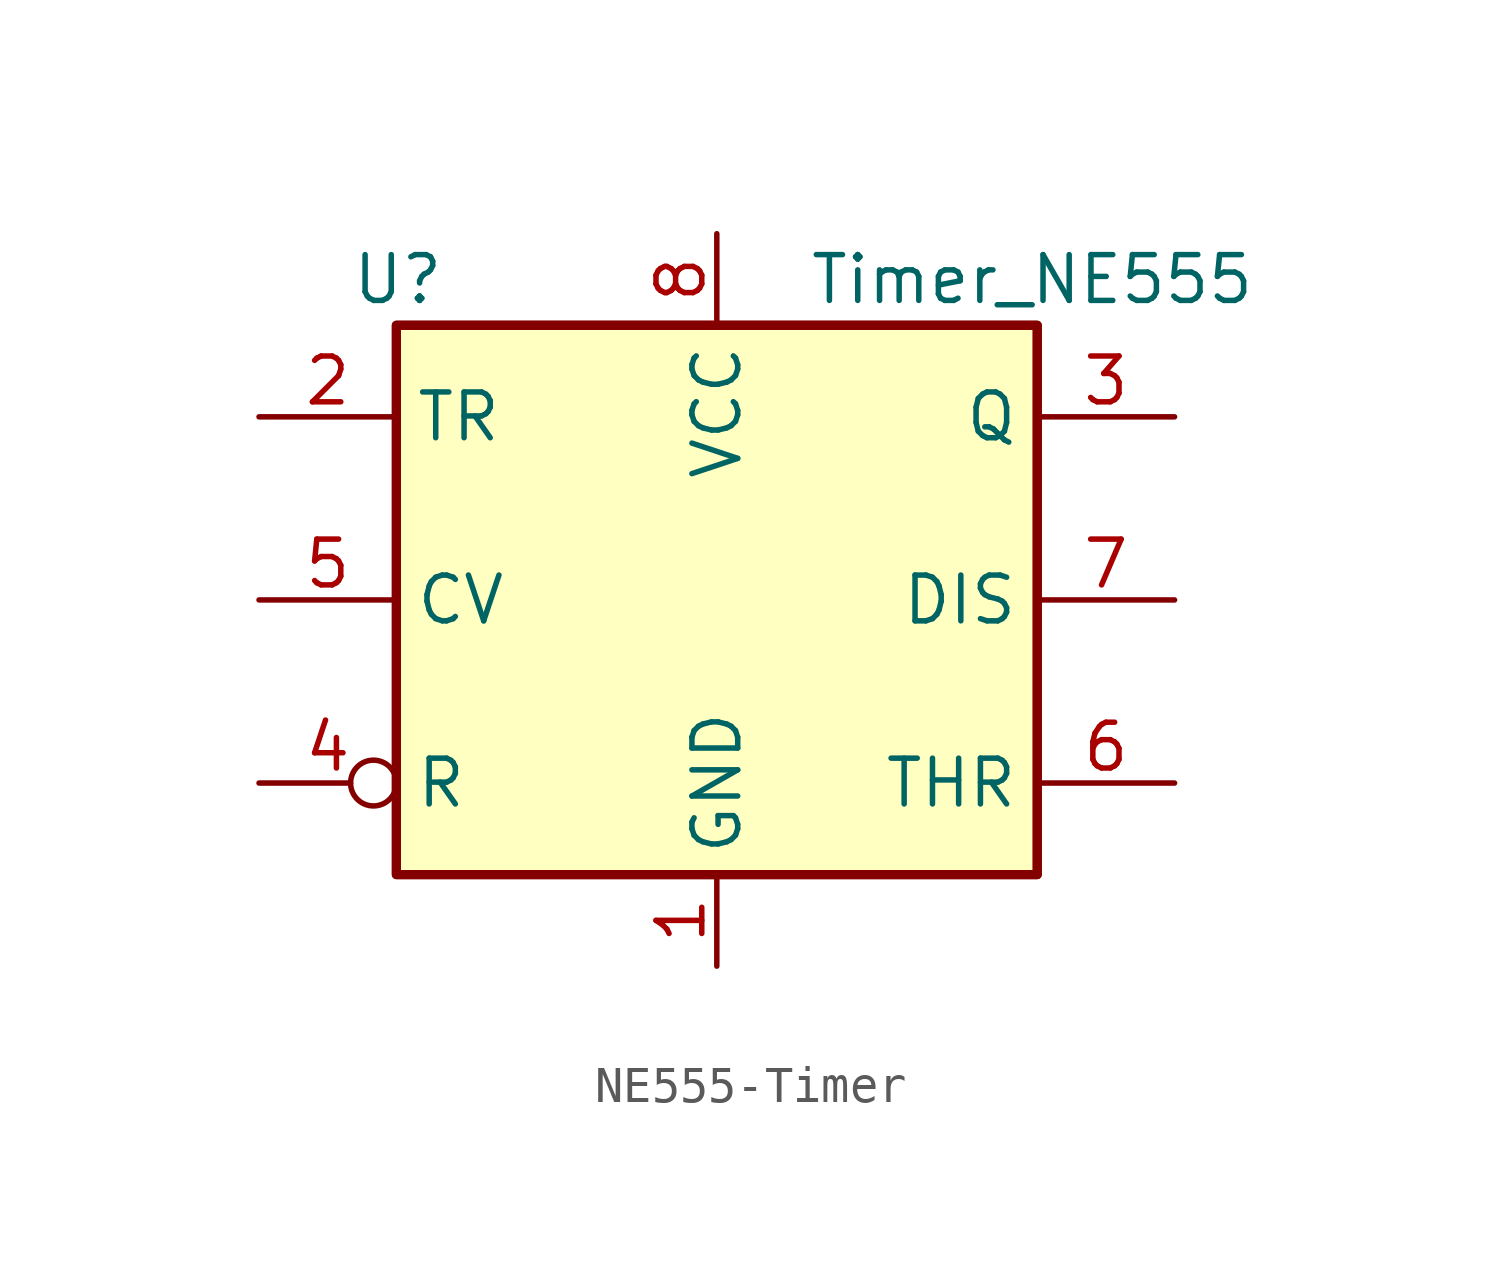
<source format=kicad_sym>
(kicad_symbol_lib
  (version 20231120)
  (generator "kicad_symbol_editor")
  (generator_version "8.0")
  (symbol "NE555-Timer"
    (property "Reference" "U"
      (at -10.16 8.89 0)
      (effects (font (size 1.27 1.27)) (justify left)))
    (property "Value" "Timer_NE555"
      (at 2.54 8.89 0)
      (effects (font (size 1.27 1.27)) (justify left)))
    (symbol "NE555-Timer_0_0"
      (pin power_in line (at 0 -10.16 90) (length 2.54) (name "GND" (effects (font (size 1.27 1.27)))) (number "1" (effects (font (size 1.27 1.27)))))
      (pin power_in line (at 0 10.16 270) (length 2.54) (name "VCC" (effects (font (size 1.27 1.27)))) (number "8" (effects (font (size 1.27 1.27))))))
    (symbol "NE555-Timer_0_1"
      (rectangle (start -8.89 -7.62) (end 8.89 7.62) (stroke (width 0.254) (type solid)) (fill (type background)))
      (rectangle (start -8.89 -7.62) (end 8.89 7.62) (stroke (width 0.254) (type solid)) (fill (type background))))
    (symbol "NE555-Timer_1_1"
      (pin input line (at -12.7 5.08 0) (length 3.81) (name "TR" (effects (font (size 1.27 1.27)))) (number "2" (effects (font (size 1.27 1.27)))))
      (pin output line (at 12.7 5.08 180) (length 3.81) (name "Q" (effects (font (size 1.27 1.27)))) (number "3" (effects (font (size 1.27 1.27)))))
      (pin input inverted (at -12.7 -5.08 0) (length 3.81) (name "R" (effects (font (size 1.27 1.27)))) (number "4" (effects (font (size 1.27 1.27)))))
      (pin input line (at -12.7 0 0) (length 3.81) (name "CV" (effects (font (size 1.27 1.27)))) (number "5" (effects (font (size 1.27 1.27)))))
      (pin input line (at 12.7 -5.08 180) (length 3.81) (name "THR" (effects (font (size 1.27 1.27)))) (number "6" (effects (font (size 1.27 1.27)))))
      (pin input line (at 12.7 0 180) (length 3.81) (name "DIS" (effects (font (size 1.27 1.27)))) (number "7" (effects (font (size 1.27 1.27))))))))
</source>
